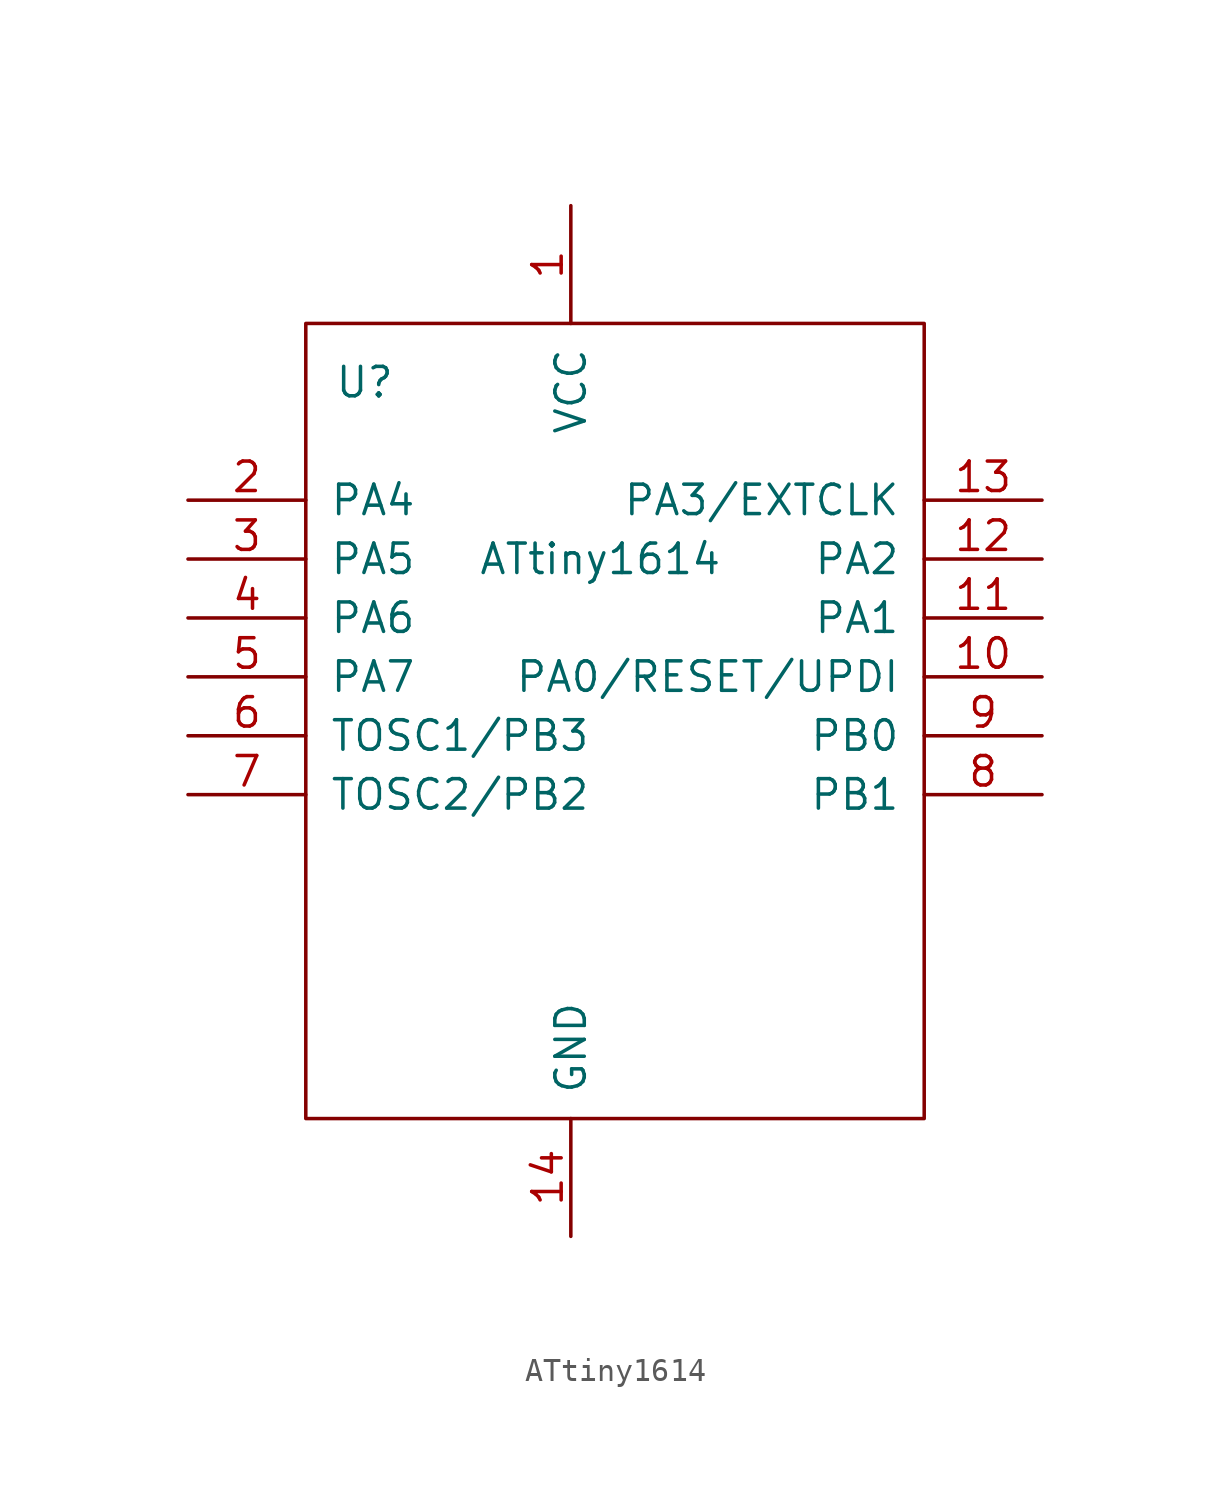
<source format=kicad_sym>
(kicad_symbol_lib
  (version 20211014)
  (generator kicad_symbol_editor)
  (symbol "ATtiny1614"
    (pin_names
      (offset 1.016))
    (property "Reference" "U"
      (at -8.89 11.43 0)
      (effects (font (size 1.27 1.27))))
    (property "Value" "ATtiny1614"
      (at 1.27 3.81 0)
      (effects (font (size 1.27 1.27))))
    (symbol "ATtiny1614_0_1"
      (rectangle (start -11.43 13.97) (end 15.24 -20.32) (stroke (width 0) (type default) (color 0 0 0 0)) (fill (type none))))
    (symbol "ATtiny1614_1_1"
      (pin power_in line (at 0 19.05 270) (length 5.08) (name "VCC" (effects (font (size 1.27 1.27)))) (number "1" (effects (font (size 1.27 1.27)))))
      (pin bidirectional line (at 20.32 -1.27 180) (length 5.08) (name "PA0/RESET/UPDI" (effects (font (size 1.27 1.27)))) (number "10" (effects (font (size 1.27 1.27)))))
      (pin bidirectional line (at 20.32 1.27 180) (length 5.08) (name "PA1" (effects (font (size 1.27 1.27)))) (number "11" (effects (font (size 1.27 1.27)))))
      (pin bidirectional line (at 20.32 3.81 180) (length 5.08) (name "PA2" (effects (font (size 1.27 1.27)))) (number "12" (effects (font (size 1.27 1.27)))))
      (pin bidirectional line (at 20.32 6.35 180) (length 5.08) (name "PA3/EXTCLK" (effects (font (size 1.27 1.27)))) (number "13" (effects (font (size 1.27 1.27)))))
      (pin power_in line (at 0 -25.4 90) (length 5.08) (name "GND" (effects (font (size 1.27 1.27)))) (number "14" (effects (font (size 1.27 1.27)))))
      (pin bidirectional line (at -16.51 6.35 0) (length 5.08) (name "PA4" (effects (font (size 1.27 1.27)))) (number "2" (effects (font (size 1.27 1.27)))))
      (pin bidirectional line (at -16.51 3.81 0) (length 5.08) (name "PA5" (effects (font (size 1.27 1.27)))) (number "3" (effects (font (size 1.27 1.27)))))
      (pin bidirectional line (at -16.51 1.27 0) (length 5.08) (name "PA6" (effects (font (size 1.27 1.27)))) (number "4" (effects (font (size 1.27 1.27)))))
      (pin bidirectional line (at -16.51 -1.27 0) (length 5.08) (name "PA7" (effects (font (size 1.27 1.27)))) (number "5" (effects (font (size 1.27 1.27)))))
      (pin bidirectional line (at -16.51 -3.81 0) (length 5.08) (name "TOSC1/PB3" (effects (font (size 1.27 1.27)))) (number "6" (effects (font (size 1.27 1.27)))))
      (pin bidirectional line (at -16.51 -6.35 0) (length 5.08) (name "TOSC2/PB2" (effects (font (size 1.27 1.27)))) (number "7" (effects (font (size 1.27 1.27)))))
      (pin bidirectional line (at 20.32 -6.35 180) (length 5.08) (name "PB1" (effects (font (size 1.27 1.27)))) (number "8" (effects (font (size 1.27 1.27)))))
      (pin bidirectional line (at 20.32 -3.81 180) (length 5.08) (name "PB0" (effects (font (size 1.27 1.27)))) (number "9" (effects (font (size 1.27 1.27))))))))
</source>
